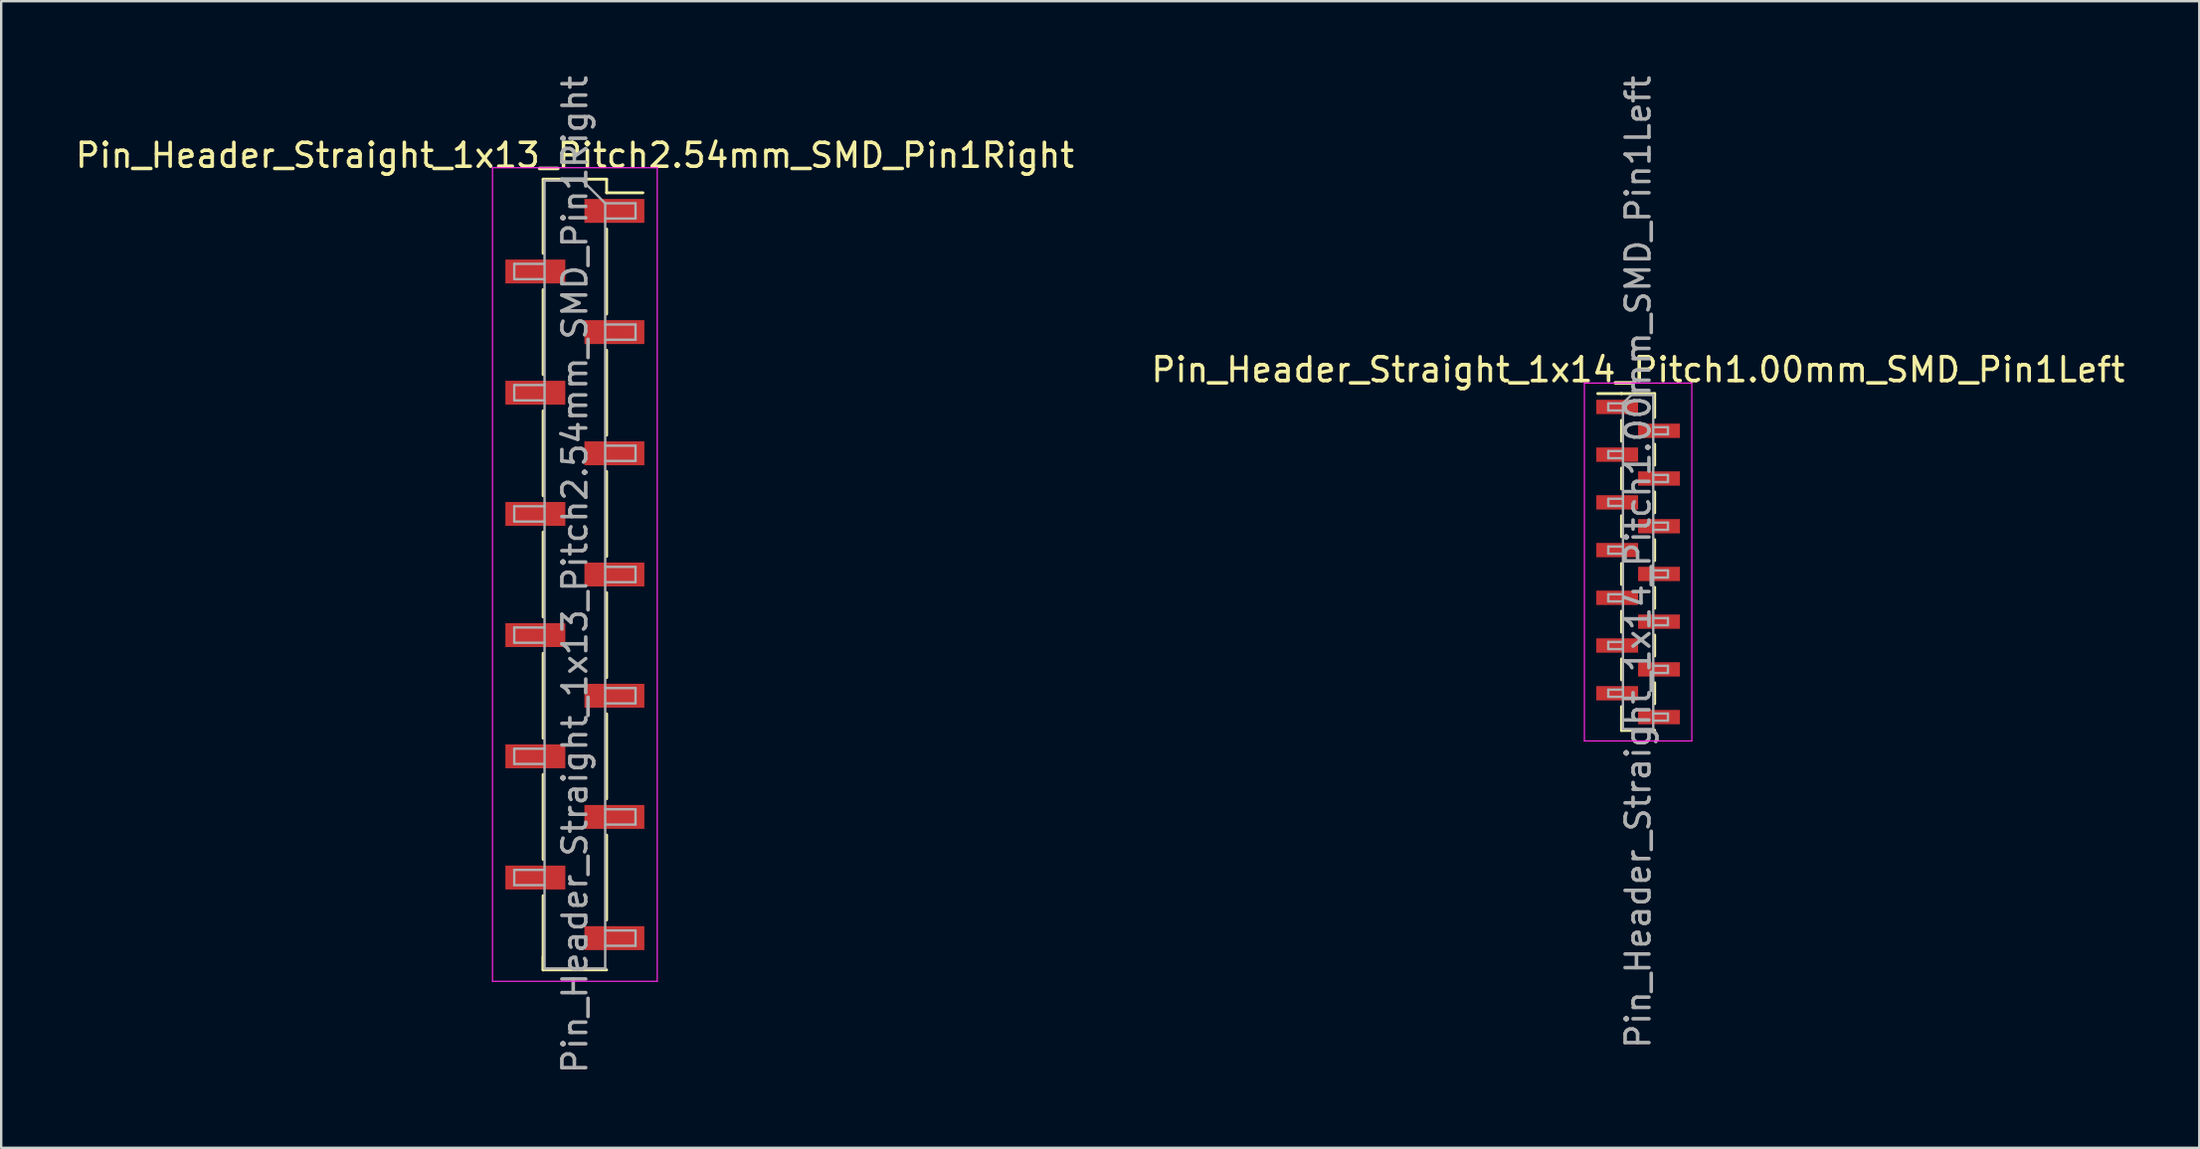
<source format=kicad_pcb>
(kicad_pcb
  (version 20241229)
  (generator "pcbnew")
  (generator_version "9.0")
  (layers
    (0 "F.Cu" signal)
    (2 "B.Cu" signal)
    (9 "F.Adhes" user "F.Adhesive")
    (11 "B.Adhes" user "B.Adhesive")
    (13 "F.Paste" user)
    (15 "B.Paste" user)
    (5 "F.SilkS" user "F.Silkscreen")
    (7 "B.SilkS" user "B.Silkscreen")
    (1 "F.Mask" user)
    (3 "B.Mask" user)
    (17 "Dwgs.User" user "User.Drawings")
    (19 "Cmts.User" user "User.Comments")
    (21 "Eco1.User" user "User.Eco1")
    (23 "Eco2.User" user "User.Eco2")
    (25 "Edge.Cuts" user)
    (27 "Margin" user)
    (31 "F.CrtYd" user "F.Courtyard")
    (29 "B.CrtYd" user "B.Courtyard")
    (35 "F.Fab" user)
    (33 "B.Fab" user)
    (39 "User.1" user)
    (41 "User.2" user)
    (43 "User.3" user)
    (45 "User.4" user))
  (footprint "Pin_Header_Straight_1x14_Pitch1.00mm_SMD_Pin1Left"
    (layer "F.Cu")
    (at 65.565 20.506)
    (property "Reference" "Pin_Header_Straight_1x14_Pitch1.00mm_SMD_Pin1Left" (at 0 -8.06 0) (layer "F.SilkS") (effects (font (size 1 1) (thickness 0.15))))
    (attr smd)
    (fp_line (start -0.695 -7.06) (end -1.69 -7.06) (stroke (width 0.12) (type solid)) (layer "F.SilkS"))
    (fp_line (start -0.695 -7.06) (end -0.695 -7.06) (stroke (width 0.12) (type solid)) (layer "F.SilkS"))
    (fp_line (start -0.695 -7.06) (end 0.695 -7.06) (stroke (width 0.12) (type solid)) (layer "F.SilkS"))
    (fp_line (start -0.695 -5.94) (end -0.695 -5.06) (stroke (width 0.12) (type solid)) (layer "F.SilkS"))
    (fp_line (start -0.695 -3.94) (end -0.695 -3.06) (stroke (width 0.12) (type solid)) (layer "F.SilkS"))
    (fp_line (start -0.695 -1.94) (end -0.695 -1.06) (stroke (width 0.12) (type solid)) (layer "F.SilkS"))
    (fp_line (start -0.695 0.06) (end -0.695 0.94) (stroke (width 0.12) (type solid)) (layer "F.SilkS"))
    (fp_line (start -0.695 2.06) (end -0.695 2.94) (stroke (width 0.12) (type solid)) (layer "F.SilkS"))
    (fp_line (start -0.695 4.06) (end -0.695 4.94) (stroke (width 0.12) (type solid)) (layer "F.SilkS"))
    (fp_line (start -0.695 6.06) (end -0.695 7.06) (stroke (width 0.12) (type solid)) (layer "F.SilkS"))
    (fp_line (start -0.695 7.06) (end 0.695 7.06) (stroke (width 0.12) (type solid)) (layer "F.SilkS"))
    (fp_line (start 0.695 -7.06) (end 0.695 -6.06) (stroke (width 0.12) (type solid)) (layer "F.SilkS"))
    (fp_line (start 0.695 -4.94) (end 0.695 -4.06) (stroke (width 0.12) (type solid)) (layer "F.SilkS"))
    (fp_line (start 0.695 -2.94) (end 0.695 -2.06) (stroke (width 0.12) (type solid)) (layer "F.SilkS"))
    (fp_line (start 0.695 -0.94) (end 0.695 -0.06) (stroke (width 0.12) (type solid)) (layer "F.SilkS"))
    (fp_line (start 0.695 1.06) (end 0.695 1.94) (stroke (width 0.12) (type solid)) (layer "F.SilkS"))
    (fp_line (start 0.695 3.06) (end 0.695 3.94) (stroke (width 0.12) (type solid)) (layer "F.SilkS"))
    (fp_line (start 0.695 5.06) (end 0.695 5.94) (stroke (width 0.12) (type solid)) (layer "F.SilkS"))
    (fp_line (start 0.695 7.06) (end 0.695 7.06) (stroke (width 0.12) (type solid)) (layer "F.SilkS"))
    (fp_line (start -2.25 -7.5) (end -2.25 7.5) (stroke (width 0.05) (type solid)) (layer "F.CrtYd"))
    (fp_line (start -2.25 7.5) (end 2.25 7.5) (stroke (width 0.05) (type solid)) (layer "F.CrtYd"))
    (fp_line (start 2.25 -7.5) (end -2.25 -7.5) (stroke (width 0.05) (type solid)) (layer "F.CrtYd"))
    (fp_line (start 2.25 7.5) (end 2.25 -7.5) (stroke (width 0.05) (type solid)) (layer "F.CrtYd"))
    (fp_line (start -1.25 -6.65) (end -1.25 -6.35) (stroke (width 0.1) (type solid)) (layer "F.Fab"))
    (fp_line (start -1.25 -6.35) (end -0.635 -6.35) (stroke (width 0.1) (type solid)) (layer "F.Fab"))
    (fp_line (start -1.25 -4.65) (end -1.25 -4.35) (stroke (width 0.1) (type solid)) (layer "F.Fab"))
    (fp_line (start -1.25 -4.35) (end -0.635 -4.35) (stroke (width 0.1) (type solid)) (layer "F.Fab"))
    (fp_line (start -1.25 -2.65) (end -1.25 -2.35) (stroke (width 0.1) (type solid)) (layer "F.Fab"))
    (fp_line (start -1.25 -2.35) (end -0.635 -2.35) (stroke (width 0.1) (type solid)) (layer "F.Fab"))
    (fp_line (start -1.25 -0.65) (end -1.25 -0.35) (stroke (width 0.1) (type solid)) (layer "F.Fab"))
    (fp_line (start -1.25 -0.35) (end -0.635 -0.35) (stroke (width 0.1) (type solid)) (layer "F.Fab"))
    (fp_line (start -1.25 1.35) (end -1.25 1.65) (stroke (width 0.1) (type solid)) (layer "F.Fab"))
    (fp_line (start -1.25 1.65) (end -0.635 1.65) (stroke (width 0.1) (type solid)) (layer "F.Fab"))
    (fp_line (start -1.25 3.35) (end -1.25 3.65) (stroke (width 0.1) (type solid)) (layer "F.Fab"))
    (fp_line (start -1.25 3.65) (end -0.635 3.65) (stroke (width 0.1) (type solid)) (layer "F.Fab"))
    (fp_line (start -1.25 5.35) (end -1.25 5.65) (stroke (width 0.1) (type solid)) (layer "F.Fab"))
    (fp_line (start -1.25 5.65) (end -0.635 5.65) (stroke (width 0.1) (type solid)) (layer "F.Fab"))
    (fp_line (start -0.635 -6.65) (end -1.25 -6.65) (stroke (width 0.1) (type solid)) (layer "F.Fab"))
    (fp_line (start -0.635 -6.65) (end -0.285 -7) (stroke (width 0.1) (type solid)) (layer "F.Fab"))
    (fp_line (start -0.635 -4.65) (end -1.25 -4.65) (stroke (width 0.1) (type solid)) (layer "F.Fab"))
    (fp_line (start -0.635 -2.65) (end -1.25 -2.65) (stroke (width 0.1) (type solid)) (layer "F.Fab"))
    (fp_line (start -0.635 -0.65) (end -1.25 -0.65) (stroke (width 0.1) (type solid)) (layer "F.Fab"))
    (fp_line (start -0.635 1.35) (end -1.25 1.35) (stroke (width 0.1) (type solid)) (layer "F.Fab"))
    (fp_line (start -0.635 3.35) (end -1.25 3.35) (stroke (width 0.1) (type solid)) (layer "F.Fab"))
    (fp_line (start -0.635 5.35) (end -1.25 5.35) (stroke (width 0.1) (type solid)) (layer "F.Fab"))
    (fp_line (start -0.635 7) (end -0.635 -6.65) (stroke (width 0.1) (type solid)) (layer "F.Fab"))
    (fp_line (start -0.285 -7) (end 0.635 -7) (stroke (width 0.1) (type solid)) (layer "F.Fab"))
    (fp_line (start 0.635 -7) (end 0.635 7) (stroke (width 0.1) (type solid)) (layer "F.Fab"))
    (fp_line (start 0.635 -5.65) (end 1.25 -5.65) (stroke (width 0.1) (type solid)) (layer "F.Fab"))
    (fp_line (start 0.635 -3.65) (end 1.25 -3.65) (stroke (width 0.1) (type solid)) (layer "F.Fab"))
    (fp_line (start 0.635 -1.65) (end 1.25 -1.65) (stroke (width 0.1) (type solid)) (layer "F.Fab"))
    (fp_line (start 0.635 0.35) (end 1.25 0.35) (stroke (width 0.1) (type solid)) (layer "F.Fab"))
    (fp_line (start 0.635 2.35) (end 1.25 2.35) (stroke (width 0.1) (type solid)) (layer "F.Fab"))
    (fp_line (start 0.635 4.35) (end 1.25 4.35) (stroke (width 0.1) (type solid)) (layer "F.Fab"))
    (fp_line (start 0.635 6.35) (end 1.25 6.35) (stroke (width 0.1) (type solid)) (layer "F.Fab"))
    (fp_line (start 0.635 7) (end -0.635 7) (stroke (width 0.1) (type solid)) (layer "F.Fab"))
    (fp_line (start 1.25 -5.65) (end 1.25 -5.35) (stroke (width 0.1) (type solid)) (layer "F.Fab"))
    (fp_line (start 1.25 -5.35) (end 0.635 -5.35) (stroke (width 0.1) (type solid)) (layer "F.Fab"))
    (fp_line (start 1.25 -3.65) (end 1.25 -3.35) (stroke (width 0.1) (type solid)) (layer "F.Fab"))
    (fp_line (start 1.25 -3.35) (end 0.635 -3.35) (stroke (width 0.1) (type solid)) (layer "F.Fab"))
    (fp_line (start 1.25 -1.65) (end 1.25 -1.35) (stroke (width 0.1) (type solid)) (layer "F.Fab"))
    (fp_line (start 1.25 -1.35) (end 0.635 -1.35) (stroke (width 0.1) (type solid)) (layer "F.Fab"))
    (fp_line (start 1.25 0.35) (end 1.25 0.65) (stroke (width 0.1) (type solid)) (layer "F.Fab"))
    (fp_line (start 1.25 0.65) (end 0.635 0.65) (stroke (width 0.1) (type solid)) (layer "F.Fab"))
    (fp_line (start 1.25 2.35) (end 1.25 2.65) (stroke (width 0.1) (type solid)) (layer "F.Fab"))
    (fp_line (start 1.25 2.65) (end 0.635 2.65) (stroke (width 0.1) (type solid)) (layer "F.Fab"))
    (fp_line (start 1.25 4.35) (end 1.25 4.65) (stroke (width 0.1) (type solid)) (layer "F.Fab"))
    (fp_line (start 1.25 4.65) (end 0.635 4.65) (stroke (width 0.1) (type solid)) (layer "F.Fab"))
    (fp_line (start 1.25 6.35) (end 1.25 6.65) (stroke (width 0.1) (type solid)) (layer "F.Fab"))
    (fp_line (start 1.25 6.65) (end 0.635 6.65) (stroke (width 0.1) (type solid)) (layer "F.Fab"))
    (fp_text user "${REFERENCE}" (at 0 0 90) (layer "F.Fab") (effects (font (size 1 1) (thickness 0.15))))
    (pad "1" smd rect (at -0.875 -6.5) (size 1.75 0.6) (layers "F.Cu" "F.Mask" "F.Paste"))
    (pad "2" smd rect (at 0.875 -5.5) (size 1.75 0.6) (layers "F.Cu" "F.Mask" "F.Paste"))
    (pad "3" smd rect (at -0.875 -4.5) (size 1.75 0.6) (layers "F.Cu" "F.Mask" "F.Paste"))
    (pad "4" smd rect (at 0.875 -3.5) (size 1.75 0.6) (layers "F.Cu" "F.Mask" "F.Paste"))
    (pad "5" smd rect (at -0.875 -2.5) (size 1.75 0.6) (layers "F.Cu" "F.Mask" "F.Paste"))
    (pad "6" smd rect (at 0.875 -1.5) (size 1.75 0.6) (layers "F.Cu" "F.Mask" "F.Paste"))
    (pad "7" smd rect (at -0.875 -0.5) (size 1.75 0.6) (layers "F.Cu" "F.Mask" "F.Paste"))
    (pad "8" smd rect (at 0.875 0.5) (size 1.75 0.6) (layers "F.Cu" "F.Mask" "F.Paste"))
    (pad "9" smd rect (at -0.875 1.5) (size 1.75 0.6) (layers "F.Cu" "F.Mask" "F.Paste"))
    (pad "10" smd rect (at 0.875 2.5) (size 1.75 0.6) (layers "F.Cu" "F.Mask" "F.Paste"))
    (pad "11" smd rect (at -0.875 3.5) (size 1.75 0.6) (layers "F.Cu" "F.Mask" "F.Paste"))
    (pad "12" smd rect (at 0.875 4.5) (size 1.75 0.6) (layers "F.Cu" "F.Mask" "F.Paste"))
    (pad "13" smd rect (at -0.875 5.5) (size 1.75 0.6) (layers "F.Cu" "F.Mask" "F.Paste"))
    (pad "14" smd rect (at 0.875 6.5) (size 1.75 0.6) (layers "F.Cu" "F.Mask" "F.Paste")))
  (footprint "Pin_Header_Straight_1x13_Pitch2.54mm_SMD_Pin1Right"
    (layer "F.Cu")
    (at 21.03 21.03)
    (property "Reference" "Pin_Header_Straight_1x13_Pitch2.54mm_SMD_Pin1Right" (at 0 -17.57 0) (layer "F.SilkS") (effects (font (size 1 1) (thickness 0.15))))
    (attr smd)
    (fp_line (start -1.33 -16.57) (end -1.33 -13.46) (stroke (width 0.12) (type solid)) (layer "F.SilkS"))
    (fp_line (start -1.33 -16.57) (end 1.33 -16.57) (stroke (width 0.12) (type solid)) (layer "F.SilkS"))
    (fp_line (start -1.33 -11.94) (end -1.33 -8.38) (stroke (width 0.12) (type solid)) (layer "F.SilkS"))
    (fp_line (start -1.33 -6.86) (end -1.33 -3.3) (stroke (width 0.12) (type solid)) (layer "F.SilkS"))
    (fp_line (start -1.33 -1.78) (end -1.33 1.78) (stroke (width 0.12) (type solid)) (layer "F.SilkS"))
    (fp_line (start -1.33 3.3) (end -1.33 6.86) (stroke (width 0.12) (type solid)) (layer "F.SilkS"))
    (fp_line (start -1.33 8.38) (end -1.33 11.94) (stroke (width 0.12) (type solid)) (layer "F.SilkS"))
    (fp_line (start -1.33 13.46) (end -1.33 16.57) (stroke (width 0.12) (type solid)) (layer "F.SilkS"))
    (fp_line (start -1.33 16) (end -1.33 16.57) (stroke (width 0.12) (type solid)) (layer "F.SilkS"))
    (fp_line (start -1.33 16.57) (end 1.33 16.57) (stroke (width 0.12) (type solid)) (layer "F.SilkS"))
    (fp_line (start 1.33 -16.57) (end 1.33 -16) (stroke (width 0.12) (type solid)) (layer "F.SilkS"))
    (fp_line (start 1.33 -16) (end 2.85 -16) (stroke (width 0.12) (type solid)) (layer "F.SilkS"))
    (fp_line (start 1.33 -14.48) (end 1.33 -10.92) (stroke (width 0.12) (type solid)) (layer "F.SilkS"))
    (fp_line (start 1.33 -9.4) (end 1.33 -5.84) (stroke (width 0.12) (type solid)) (layer "F.SilkS"))
    (fp_line (start 1.33 -4.32) (end 1.33 -0.76) (stroke (width 0.12) (type solid)) (layer "F.SilkS"))
    (fp_line (start 1.33 0.76) (end 1.33 4.32) (stroke (width 0.12) (type solid)) (layer "F.SilkS"))
    (fp_line (start 1.33 5.84) (end 1.33 9.4) (stroke (width 0.12) (type solid)) (layer "F.SilkS"))
    (fp_line (start 1.33 10.92) (end 1.33 14.48) (stroke (width 0.12) (type solid)) (layer "F.SilkS"))
    (fp_line (start -3.45 -17.05) (end -3.45 17.05) (stroke (width 0.05) (type solid)) (layer "F.CrtYd"))
    (fp_line (start -3.45 17.05) (end 3.45 17.05) (stroke (width 0.05) (type solid)) (layer "F.CrtYd"))
    (fp_line (start 3.45 -17.05) (end -3.45 -17.05) (stroke (width 0.05) (type solid)) (layer "F.CrtYd"))
    (fp_line (start 3.45 17.05) (end 3.45 -17.05) (stroke (width 0.05) (type solid)) (layer "F.CrtYd"))
    (fp_line (start -2.54 -13.02) (end -2.54 -12.38) (stroke (width 0.1) (type solid)) (layer "F.Fab"))
    (fp_line (start -2.54 -12.38) (end -1.27 -12.38) (stroke (width 0.1) (type solid)) (layer "F.Fab"))
    (fp_line (start -2.54 -7.94) (end -2.54 -7.3) (stroke (width 0.1) (type solid)) (layer "F.Fab"))
    (fp_line (start -2.54 -7.3) (end -1.27 -7.3) (stroke (width 0.1) (type solid)) (layer "F.Fab"))
    (fp_line (start -2.54 -2.86) (end -2.54 -2.22) (stroke (width 0.1) (type solid)) (layer "F.Fab"))
    (fp_line (start -2.54 -2.22) (end -1.27 -2.22) (stroke (width 0.1) (type solid)) (layer "F.Fab"))
    (fp_line (start -2.54 2.22) (end -2.54 2.86) (stroke (width 0.1) (type solid)) (layer "F.Fab"))
    (fp_line (start -2.54 2.86) (end -1.27 2.86) (stroke (width 0.1) (type solid)) (layer "F.Fab"))
    (fp_line (start -2.54 7.3) (end -2.54 7.94) (stroke (width 0.1) (type solid)) (layer "F.Fab"))
    (fp_line (start -2.54 7.94) (end -1.27 7.94) (stroke (width 0.1) (type solid)) (layer "F.Fab"))
    (fp_line (start -2.54 12.38) (end -2.54 13.02) (stroke (width 0.1) (type solid)) (layer "F.Fab"))
    (fp_line (start -2.54 13.02) (end -1.27 13.02) (stroke (width 0.1) (type solid)) (layer "F.Fab"))
    (fp_line (start -1.27 -16.51) (end -1.27 16.51) (stroke (width 0.1) (type solid)) (layer "F.Fab"))
    (fp_line (start -1.27 -16.51) (end 0.32 -16.51) (stroke (width 0.1) (type solid)) (layer "F.Fab"))
    (fp_line (start -1.27 -13.02) (end -2.54 -13.02) (stroke (width 0.1) (type solid)) (layer "F.Fab"))
    (fp_line (start -1.27 -7.94) (end -2.54 -7.94) (stroke (width 0.1) (type solid)) (layer "F.Fab"))
    (fp_line (start -1.27 -2.86) (end -2.54 -2.86) (stroke (width 0.1) (type solid)) (layer "F.Fab"))
    (fp_line (start -1.27 2.22) (end -2.54 2.22) (stroke (width 0.1) (type solid)) (layer "F.Fab"))
    (fp_line (start -1.27 7.3) (end -2.54 7.3) (stroke (width 0.1) (type solid)) (layer "F.Fab"))
    (fp_line (start -1.27 12.38) (end -2.54 12.38) (stroke (width 0.1) (type solid)) (layer "F.Fab"))
    (fp_line (start 1.27 -15.56) (end 0.32 -16.51) (stroke (width 0.1) (type solid)) (layer "F.Fab"))
    (fp_line (start 1.27 -15.56) (end 2.54 -15.56) (stroke (width 0.1) (type solid)) (layer "F.Fab"))
    (fp_line (start 1.27 -10.48) (end 2.54 -10.48) (stroke (width 0.1) (type solid)) (layer "F.Fab"))
    (fp_line (start 1.27 -5.4) (end 2.54 -5.4) (stroke (width 0.1) (type solid)) (layer "F.Fab"))
    (fp_line (start 1.27 -0.32) (end 2.54 -0.32) (stroke (width 0.1) (type solid)) (layer "F.Fab"))
    (fp_line (start 1.27 4.76) (end 2.54 4.76) (stroke (width 0.1) (type solid)) (layer "F.Fab"))
    (fp_line (start 1.27 9.84) (end 2.54 9.84) (stroke (width 0.1) (type solid)) (layer "F.Fab"))
    (fp_line (start 1.27 14.92) (end 2.54 14.92) (stroke (width 0.1) (type solid)) (layer "F.Fab"))
    (fp_line (start 1.27 16.51) (end -1.27 16.51) (stroke (width 0.1) (type solid)) (layer "F.Fab"))
    (fp_line (start 1.27 16.51) (end 1.27 -15.56) (stroke (width 0.1) (type solid)) (layer "F.Fab"))
    (fp_line (start 2.54 -15.56) (end 2.54 -14.92) (stroke (width 0.1) (type solid)) (layer "F.Fab"))
    (fp_line (start 2.54 -14.92) (end 1.27 -14.92) (stroke (width 0.1) (type solid)) (layer "F.Fab"))
    (fp_line (start 2.54 -10.48) (end 2.54 -9.84) (stroke (width 0.1) (type solid)) (layer "F.Fab"))
    (fp_line (start 2.54 -9.84) (end 1.27 -9.84) (stroke (width 0.1) (type solid)) (layer "F.Fab"))
    (fp_line (start 2.54 -5.4) (end 2.54 -4.76) (stroke (width 0.1) (type solid)) (layer "F.Fab"))
    (fp_line (start 2.54 -4.76) (end 1.27 -4.76) (stroke (width 0.1) (type solid)) (layer "F.Fab"))
    (fp_line (start 2.54 -0.32) (end 2.54 0.32) (stroke (width 0.1) (type solid)) (layer "F.Fab"))
    (fp_line (start 2.54 0.32) (end 1.27 0.32) (stroke (width 0.1) (type solid)) (layer "F.Fab"))
    (fp_line (start 2.54 4.76) (end 2.54 5.4) (stroke (width 0.1) (type solid)) (layer "F.Fab"))
    (fp_line (start 2.54 5.4) (end 1.27 5.4) (stroke (width 0.1) (type solid)) (layer "F.Fab"))
    (fp_line (start 2.54 9.84) (end 2.54 10.48) (stroke (width 0.1) (type solid)) (layer "F.Fab"))
    (fp_line (start 2.54 10.48) (end 1.27 10.48) (stroke (width 0.1) (type solid)) (layer "F.Fab"))
    (fp_line (start 2.54 14.92) (end 2.54 15.56) (stroke (width 0.1) (type solid)) (layer "F.Fab"))
    (fp_line (start 2.54 15.56) (end 1.27 15.56) (stroke (width 0.1) (type solid)) (layer "F.Fab"))
    (fp_text user "${REFERENCE}" (at 0 0 90) (layer "F.Fab") (effects (font (size 1 1) (thickness 0.15))))
    (pad "1" smd rect (at 1.655 -15.24) (size 2.51 1) (layers "F.Cu" "F.Mask" "F.Paste"))
    (pad "2" smd rect (at -1.655 -12.7) (size 2.51 1) (layers "F.Cu" "F.Mask" "F.Paste"))
    (pad "3" smd rect (at 1.655 -10.16) (size 2.51 1) (layers "F.Cu" "F.Mask" "F.Paste"))
    (pad "4" smd rect (at -1.655 -7.62) (size 2.51 1) (layers "F.Cu" "F.Mask" "F.Paste"))
    (pad "5" smd rect (at 1.655 -5.08) (size 2.51 1) (layers "F.Cu" "F.Mask" "F.Paste"))
    (pad "6" smd rect (at -1.655 -2.54) (size 2.51 1) (layers "F.Cu" "F.Mask" "F.Paste"))
    (pad "7" smd rect (at 1.655 0) (size 2.51 1) (layers "F.Cu" "F.Mask" "F.Paste"))
    (pad "8" smd rect (at -1.655 2.54) (size 2.51 1) (layers "F.Cu" "F.Mask" "F.Paste"))
    (pad "9" smd rect (at 1.655 5.08) (size 2.51 1) (layers "F.Cu" "F.Mask" "F.Paste"))
    (pad "10" smd rect (at -1.655 7.62) (size 2.51 1) (layers "F.Cu" "F.Mask" "F.Paste"))
    (pad "11" smd rect (at 1.655 10.16) (size 2.51 1) (layers "F.Cu" "F.Mask" "F.Paste"))
    (pad "12" smd rect (at -1.655 12.7) (size 2.51 1) (layers "F.Cu" "F.Mask" "F.Paste"))
    (pad "13" smd rect (at 1.655 15.24) (size 2.51 1) (layers "F.Cu" "F.Mask" "F.Paste")))
  (gr_rect
    (start -3 -3)
    (end 89.071 45.06)
    (stroke (width 0.1) (type default))
    (fill no)
    (layer "Edge.Cuts")))
</source>
